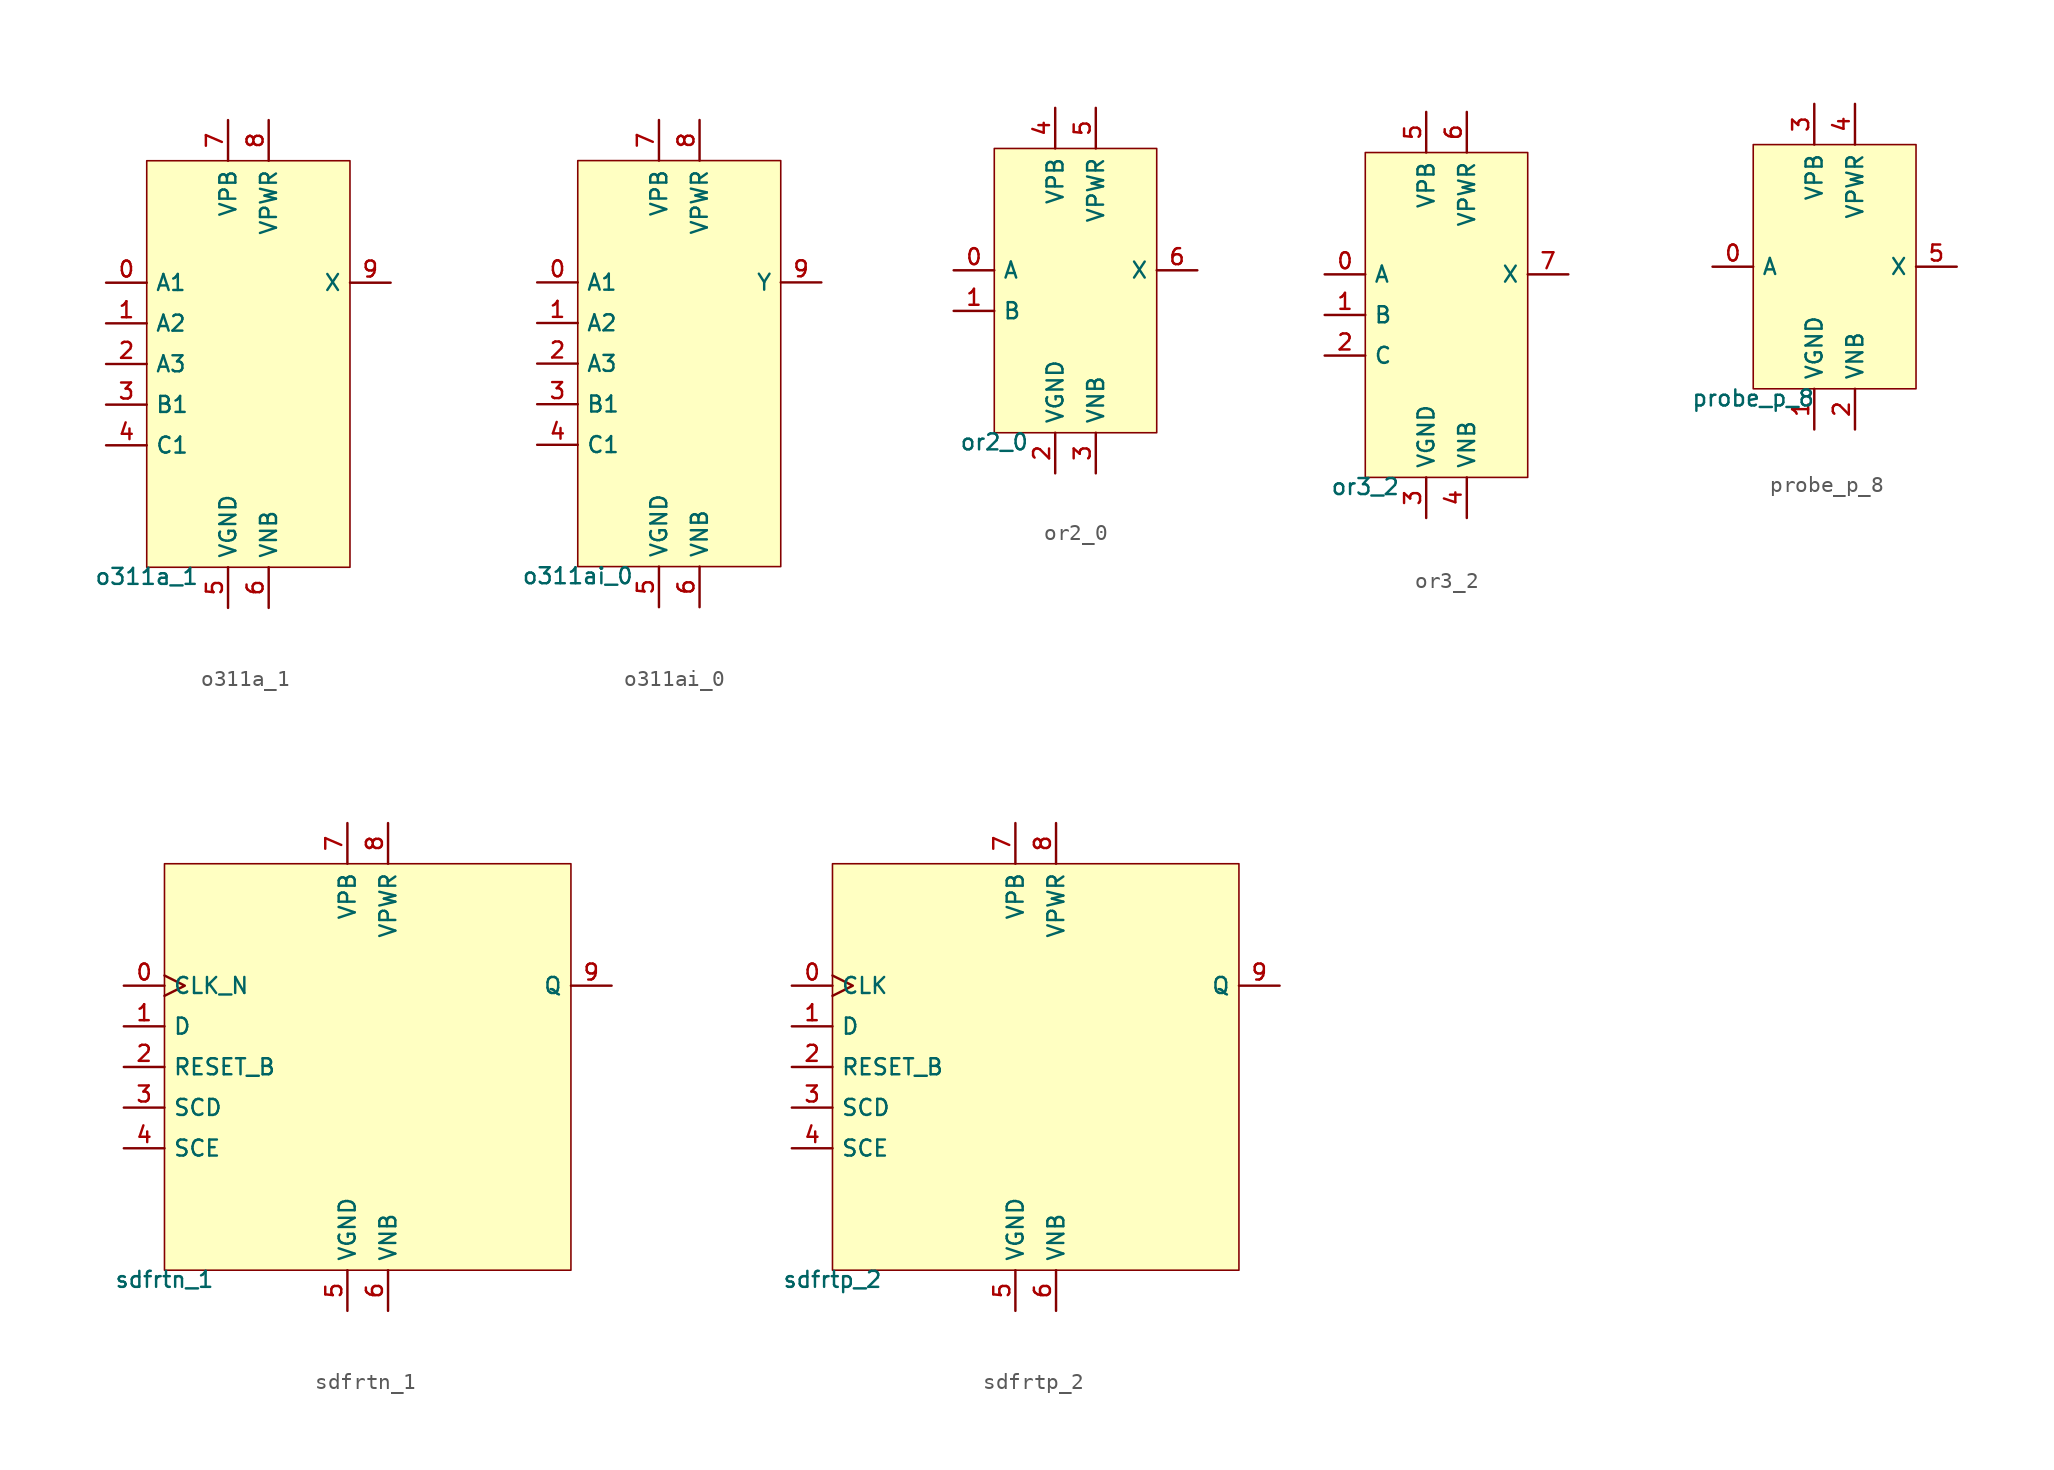
<source format=kicad_sym>
(kicad_symbol_lib
  (version 20211014)
  (generator pdk2kicad)
  (symbol "o311a_1"
    (property "Reference" "X"
      (at 0 0 0)
      (effects (font (size 1 1)) hide))
    (property "Value" "o311a_1"
      (at -6.35 -12.7 0)
      (effects (font (size 1 1)) (justify top)))
    (rectangle
      (start -6.35 -12.7)
      (end 6.35 12.7)
      (stroke (width 0.1) (type solid) (color 0 0 0 0))
      (fill (type background)))
    (pin input line
      (at -8.89 5.08 0)
      (length 2.54)
      (name "A1" (effects (font (size 1 1)) hide))
      (number "0" (effects (font (size 1 1)) hide)))
    (pin input line
      (at -8.89 2.54 0)
      (length 2.54)
      (name "A2" (effects (font (size 1 1)) hide))
      (number "1" (effects (font (size 1 1)) hide)))
    (pin input line
      (at -8.89 -8.881784197001252e-16 0)
      (length 2.54)
      (name "A3" (effects (font (size 1 1)) hide))
      (number "2" (effects (font (size 1 1)) hide)))
    (pin input line
      (at -8.89 -2.54 0)
      (length 2.54)
      (name "B1" (effects (font (size 1 1)) hide))
      (number "3" (effects (font (size 1 1)) hide)))
    (pin input line
      (at -8.89 -5.08 0)
      (length 2.54)
      (name "C1" (effects (font (size 1 1)) hide))
      (number "4" (effects (font (size 1 1)) hide)))
    (pin power_in line
      (at -1.27 -15.24 90)
      (length 2.54)
      (name "VGND" (effects (font (size 1 1)) hide))
      (number "5" (effects (font (size 1 1)) hide)))
    (pin power_in line
      (at 1.27 -15.24 90)
      (length 2.54)
      (name "VNB" (effects (font (size 1 1)) hide))
      (number "6" (effects (font (size 1 1)) hide)))
    (pin power_in line
      (at -1.27 15.24 270)
      (length 2.54)
      (name "VPB" (effects (font (size 1 1)) hide))
      (number "7" (effects (font (size 1 1)) hide)))
    (pin power_in line
      (at 1.27 15.24 270)
      (length 2.54)
      (name "VPWR" (effects (font (size 1 1)) hide))
      (number "8" (effects (font (size 1 1)) hide)))
    (pin output line
      (at 8.89 5.08 180)
      (length 2.54)
      (name "X" (effects (font (size 1 1)) hide))
      (number "9" (effects (font (size 1 1)) hide))))
  (symbol "o311ai_0"
    (property "Reference" "X"
      (at 0 0 0)
      (effects (font (size 1 1)) hide))
    (property "Value" "o311ai_0"
      (at -6.35 -12.7 0)
      (effects (font (size 1 1)) (justify top)))
    (rectangle
      (start -6.35 -12.7)
      (end 6.35 12.7)
      (stroke (width 0.1) (type solid) (color 0 0 0 0))
      (fill (type background)))
    (pin input line
      (at -8.89 5.08 0)
      (length 2.54)
      (name "A1" (effects (font (size 1 1)) hide))
      (number "0" (effects (font (size 1 1)) hide)))
    (pin input line
      (at -8.89 2.54 0)
      (length 2.54)
      (name "A2" (effects (font (size 1 1)) hide))
      (number "1" (effects (font (size 1 1)) hide)))
    (pin input line
      (at -8.89 -8.881784197001252e-16 0)
      (length 2.54)
      (name "A3" (effects (font (size 1 1)) hide))
      (number "2" (effects (font (size 1 1)) hide)))
    (pin input line
      (at -8.89 -2.54 0)
      (length 2.54)
      (name "B1" (effects (font (size 1 1)) hide))
      (number "3" (effects (font (size 1 1)) hide)))
    (pin input line
      (at -8.89 -5.08 0)
      (length 2.54)
      (name "C1" (effects (font (size 1 1)) hide))
      (number "4" (effects (font (size 1 1)) hide)))
    (pin power_in line
      (at -1.27 -15.24 90)
      (length 2.54)
      (name "VGND" (effects (font (size 1 1)) hide))
      (number "5" (effects (font (size 1 1)) hide)))
    (pin power_in line
      (at 1.27 -15.24 90)
      (length 2.54)
      (name "VNB" (effects (font (size 1 1)) hide))
      (number "6" (effects (font (size 1 1)) hide)))
    (pin power_in line
      (at -1.27 15.24 270)
      (length 2.54)
      (name "VPB" (effects (font (size 1 1)) hide))
      (number "7" (effects (font (size 1 1)) hide)))
    (pin power_in line
      (at 1.27 15.24 270)
      (length 2.54)
      (name "VPWR" (effects (font (size 1 1)) hide))
      (number "8" (effects (font (size 1 1)) hide)))
    (pin output line
      (at 8.89 5.08 180)
      (length 2.54)
      (name "Y" (effects (font (size 1 1)) hide))
      (number "9" (effects (font (size 1 1)) hide))))
  (symbol "or2_0"
    (property "Reference" "X"
      (at 0 0 0)
      (effects (font (size 1 1)) hide))
    (property "Value" "or2_0"
      (at -5.08 -8.89 0)
      (effects (font (size 1 1)) (justify top)))
    (rectangle
      (start -5.08 -8.89)
      (end 5.08 8.89)
      (stroke (width 0.1) (type solid) (color 0 0 0 0))
      (fill (type background)))
    (pin input line
      (at -7.62 1.27 0)
      (length 2.54)
      (name "A" (effects (font (size 1 1)) hide))
      (number "0" (effects (font (size 1 1)) hide)))
    (pin input line
      (at -7.62 -1.27 0)
      (length 2.54)
      (name "B" (effects (font (size 1 1)) hide))
      (number "1" (effects (font (size 1 1)) hide)))
    (pin power_in line
      (at -1.27 -11.43 90)
      (length 2.54)
      (name "VGND" (effects (font (size 1 1)) hide))
      (number "2" (effects (font (size 1 1)) hide)))
    (pin power_in line
      (at 1.27 -11.43 90)
      (length 2.54)
      (name "VNB" (effects (font (size 1 1)) hide))
      (number "3" (effects (font (size 1 1)) hide)))
    (pin power_in line
      (at -1.27 11.43 270)
      (length 2.54)
      (name "VPB" (effects (font (size 1 1)) hide))
      (number "4" (effects (font (size 1 1)) hide)))
    (pin power_in line
      (at 1.27 11.43 270)
      (length 2.54)
      (name "VPWR" (effects (font (size 1 1)) hide))
      (number "5" (effects (font (size 1 1)) hide)))
    (pin output line
      (at 7.62 1.27 180)
      (length 2.54)
      (name "X" (effects (font (size 1 1)) hide))
      (number "6" (effects (font (size 1 1)) hide))))
  (symbol "or3_2"
    (property "Reference" "X"
      (at 0 0 0)
      (effects (font (size 1 1)) hide))
    (property "Value" "or3_2"
      (at -5.08 -10.16 0)
      (effects (font (size 1 1)) (justify top)))
    (rectangle
      (start -5.08 -10.16)
      (end 5.08 10.16)
      (stroke (width 0.1) (type solid) (color 0 0 0 0))
      (fill (type background)))
    (pin input line
      (at -7.62 2.54 0)
      (length 2.54)
      (name "A" (effects (font (size 1 1)) hide))
      (number "0" (effects (font (size 1 1)) hide)))
    (pin input line
      (at -7.62 0.0 0)
      (length 2.54)
      (name "B" (effects (font (size 1 1)) hide))
      (number "1" (effects (font (size 1 1)) hide)))
    (pin input line
      (at -7.62 -2.54 0)
      (length 2.54)
      (name "C" (effects (font (size 1 1)) hide))
      (number "2" (effects (font (size 1 1)) hide)))
    (pin power_in line
      (at -1.27 -12.7 90)
      (length 2.54)
      (name "VGND" (effects (font (size 1 1)) hide))
      (number "3" (effects (font (size 1 1)) hide)))
    (pin power_in line
      (at 1.27 -12.7 90)
      (length 2.54)
      (name "VNB" (effects (font (size 1 1)) hide))
      (number "4" (effects (font (size 1 1)) hide)))
    (pin power_in line
      (at -1.27 12.7 270)
      (length 2.54)
      (name "VPB" (effects (font (size 1 1)) hide))
      (number "5" (effects (font (size 1 1)) hide)))
    (pin power_in line
      (at 1.27 12.7 270)
      (length 2.54)
      (name "VPWR" (effects (font (size 1 1)) hide))
      (number "6" (effects (font (size 1 1)) hide)))
    (pin output line
      (at 7.62 2.54 180)
      (length 2.54)
      (name "X" (effects (font (size 1 1)) hide))
      (number "7" (effects (font (size 1 1)) hide))))
  (symbol "probe_p_8"
    (property "Reference" "X"
      (at 0 0 0)
      (effects (font (size 1 1)) hide))
    (property "Value" "probe_p_8"
      (at -5.08 -7.62 0)
      (effects (font (size 1 1)) (justify top)))
    (rectangle
      (start -5.08 -7.62)
      (end 5.08 7.62)
      (stroke (width 0.1) (type solid) (color 0 0 0 0))
      (fill (type background)))
    (pin input line
      (at -7.62 0.0 0)
      (length 2.54)
      (name "A" (effects (font (size 1 1)) hide))
      (number "0" (effects (font (size 1 1)) hide)))
    (pin power_in line
      (at -1.27 -10.16 90)
      (length 2.54)
      (name "VGND" (effects (font (size 1 1)) hide))
      (number "1" (effects (font (size 1 1)) hide)))
    (pin power_in line
      (at 1.27 -10.16 90)
      (length 2.54)
      (name "VNB" (effects (font (size 1 1)) hide))
      (number "2" (effects (font (size 1 1)) hide)))
    (pin power_in line
      (at -1.27 10.16 270)
      (length 2.54)
      (name "VPB" (effects (font (size 1 1)) hide))
      (number "3" (effects (font (size 1 1)) hide)))
    (pin power_in line
      (at 1.27 10.16 270)
      (length 2.54)
      (name "VPWR" (effects (font (size 1 1)) hide))
      (number "4" (effects (font (size 1 1)) hide)))
    (pin output line
      (at 7.62 0.0 180)
      (length 2.54)
      (name "X" (effects (font (size 1 1)) hide))
      (number "5" (effects (font (size 1 1)) hide))))
  (symbol "sdfrtn_1"
    (property "Reference" "X"
      (at 0 0 0)
      (effects (font (size 1 1)) hide))
    (property "Value" "sdfrtn_1"
      (at -12.7 -12.7 0)
      (effects (font (size 1 1)) (justify top)))
    (rectangle
      (start -12.7 -12.7)
      (end 12.7 12.7)
      (stroke (width 0.1) (type solid) (color 0 0 0 0))
      (fill (type background)))
    (pin input clock
      (at -15.24 5.08 0)
      (length 2.54)
      (name "CLK_N" (effects (font (size 1 1)) hide))
      (number "0" (effects (font (size 1 1)) hide)))
    (pin input line
      (at -15.24 2.54 0)
      (length 2.54)
      (name "D" (effects (font (size 1 1)) hide))
      (number "1" (effects (font (size 1 1)) hide)))
    (pin input line
      (at -15.24 -8.881784197001252e-16 0)
      (length 2.54)
      (name "RESET_B" (effects (font (size 1 1)) hide))
      (number "2" (effects (font (size 1 1)) hide)))
    (pin input line
      (at -15.24 -2.54 0)
      (length 2.54)
      (name "SCD" (effects (font (size 1 1)) hide))
      (number "3" (effects (font (size 1 1)) hide)))
    (pin input line
      (at -15.24 -5.08 0)
      (length 2.54)
      (name "SCE" (effects (font (size 1 1)) hide))
      (number "4" (effects (font (size 1 1)) hide)))
    (pin power_in line
      (at -1.27 -15.24 90)
      (length 2.54)
      (name "VGND" (effects (font (size 1 1)) hide))
      (number "5" (effects (font (size 1 1)) hide)))
    (pin power_in line
      (at 1.27 -15.24 90)
      (length 2.54)
      (name "VNB" (effects (font (size 1 1)) hide))
      (number "6" (effects (font (size 1 1)) hide)))
    (pin power_in line
      (at -1.27 15.24 270)
      (length 2.54)
      (name "VPB" (effects (font (size 1 1)) hide))
      (number "7" (effects (font (size 1 1)) hide)))
    (pin power_in line
      (at 1.27 15.24 270)
      (length 2.54)
      (name "VPWR" (effects (font (size 1 1)) hide))
      (number "8" (effects (font (size 1 1)) hide)))
    (pin output line
      (at 15.24 5.08 180)
      (length 2.54)
      (name "Q" (effects (font (size 1 1)) hide))
      (number "9" (effects (font (size 1 1)) hide))))
  (symbol "sdfrtp_2"
    (property "Reference" "X"
      (at 0 0 0)
      (effects (font (size 1 1)) hide))
    (property "Value" "sdfrtp_2"
      (at -12.7 -12.7 0)
      (effects (font (size 1 1)) (justify top)))
    (rectangle
      (start -12.7 -12.7)
      (end 12.7 12.7)
      (stroke (width 0.1) (type solid) (color 0 0 0 0))
      (fill (type background)))
    (pin input clock
      (at -15.24 5.08 0)
      (length 2.54)
      (name "CLK" (effects (font (size 1 1)) hide))
      (number "0" (effects (font (size 1 1)) hide)))
    (pin input line
      (at -15.24 2.54 0)
      (length 2.54)
      (name "D" (effects (font (size 1 1)) hide))
      (number "1" (effects (font (size 1 1)) hide)))
    (pin input line
      (at -15.24 -8.881784197001252e-16 0)
      (length 2.54)
      (name "RESET_B" (effects (font (size 1 1)) hide))
      (number "2" (effects (font (size 1 1)) hide)))
    (pin input line
      (at -15.24 -2.54 0)
      (length 2.54)
      (name "SCD" (effects (font (size 1 1)) hide))
      (number "3" (effects (font (size 1 1)) hide)))
    (pin input line
      (at -15.24 -5.08 0)
      (length 2.54)
      (name "SCE" (effects (font (size 1 1)) hide))
      (number "4" (effects (font (size 1 1)) hide)))
    (pin power_in line
      (at -1.27 -15.24 90)
      (length 2.54)
      (name "VGND" (effects (font (size 1 1)) hide))
      (number "5" (effects (font (size 1 1)) hide)))
    (pin power_in line
      (at 1.27 -15.24 90)
      (length 2.54)
      (name "VNB" (effects (font (size 1 1)) hide))
      (number "6" (effects (font (size 1 1)) hide)))
    (pin power_in line
      (at -1.27 15.24 270)
      (length 2.54)
      (name "VPB" (effects (font (size 1 1)) hide))
      (number "7" (effects (font (size 1 1)) hide)))
    (pin power_in line
      (at 1.27 15.24 270)
      (length 2.54)
      (name "VPWR" (effects (font (size 1 1)) hide))
      (number "8" (effects (font (size 1 1)) hide)))
    (pin output line
      (at 15.24 5.08 180)
      (length 2.54)
      (name "Q" (effects (font (size 1 1)) hide))
      (number "9" (effects (font (size 1 1)) hide)))))
</source>
